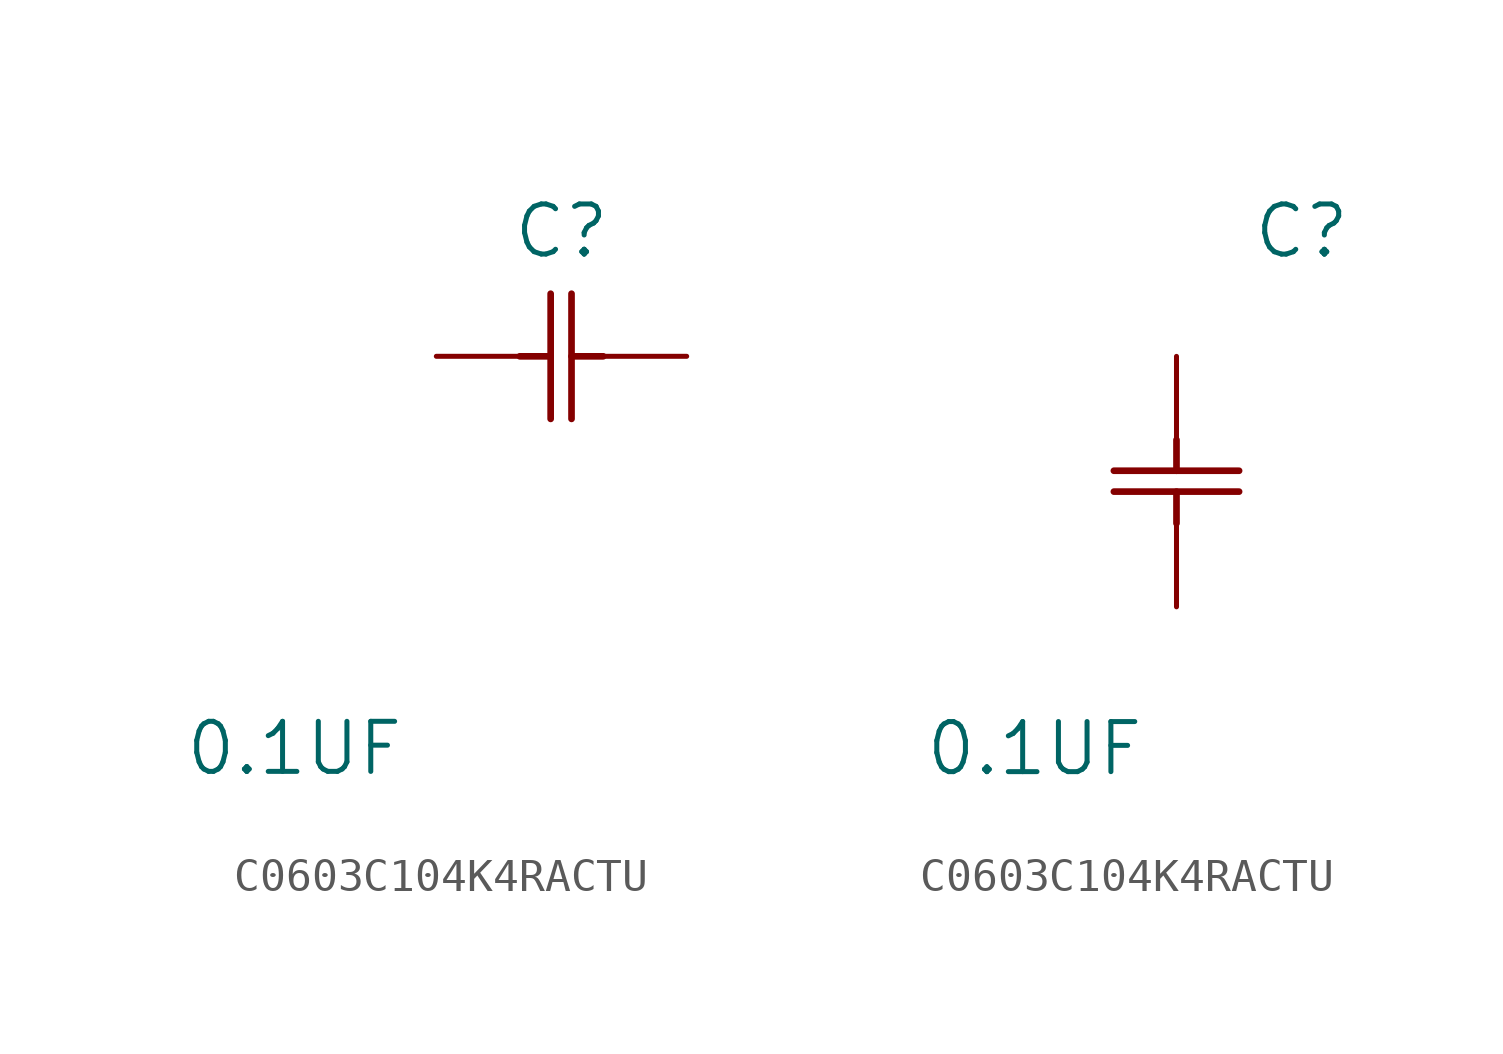
<source format=kicad_sym>
(kicad_symbol_lib
  (version 20231120)
  (generator "kicad_symbol_editor")
  (generator_version "8.0")
  (symbol "C0603C104K4RACTU"
    (pin_numbers hide)
    (pin_names
      (offset 0.254) hide)
    (property "Reference" "C"
      (at 3.81 3.81 0)
      (effects (font (size 1.524 1.524))))
    (property "Value" "0.1UF"
      (at -4.318 -11.938 0)
      (effects (font (size 1.524 1.524))))
    (symbol "C0603C104K4RACTU_1_1"
      (polyline (pts (xy 2.54 0) (xy 3.48 0)) (stroke (width 0.203) (type default)) (fill (type none)))
      (polyline (pts (xy 3.48 -1.905) (xy 3.48 1.905)) (stroke (width 0.203) (type default)) (fill (type none)))
      (polyline (pts (xy 4.115 -1.905) (xy 4.115 1.905)) (stroke (width 0.203) (type default)) (fill (type none)))
      (polyline (pts (xy 4.115 0) (xy 5.08 0)) (stroke (width 0.203) (type default)) (fill (type none)))
      (pin unspecified line (at 0 0 0) (length 2.54) (name "" (effects (font (size 1.27 1.27)))) (number "1" (effects (font (size 1.27 1.27)))))
      (pin unspecified line (at 7.62 0 180) (length 2.54) (name "" (effects (font (size 1.27 1.27)))) (number "2" (effects (font (size 1.27 1.27))))))
    (symbol "C0603C104K4RACTU_1_2"
      (polyline (pts (xy -1.905 -4.115) (xy 1.905 -4.115)) (stroke (width 0.203) (type default)) (fill (type none)))
      (polyline (pts (xy -1.905 -3.48) (xy 1.905 -3.48)) (stroke (width 0.203) (type default)) (fill (type none)))
      (polyline (pts (xy 0 -4.115) (xy 0 -5.08)) (stroke (width 0.203) (type default)) (fill (type none)))
      (polyline (pts (xy 0 -2.54) (xy 0 -3.48)) (stroke (width 0.203) (type default)) (fill (type none)))
      (pin unspecified line (at 0 0 270) (length 2.54) (name "" (effects (font (size 1.27 1.27)))) (number "1" (effects (font (size 1.27 1.27)))))
      (pin unspecified line (at 0 -7.62 90) (length 2.54) (name "" (effects (font (size 1.27 1.27)))) (number "2" (effects (font (size 1.27 1.27))))))))
</source>
